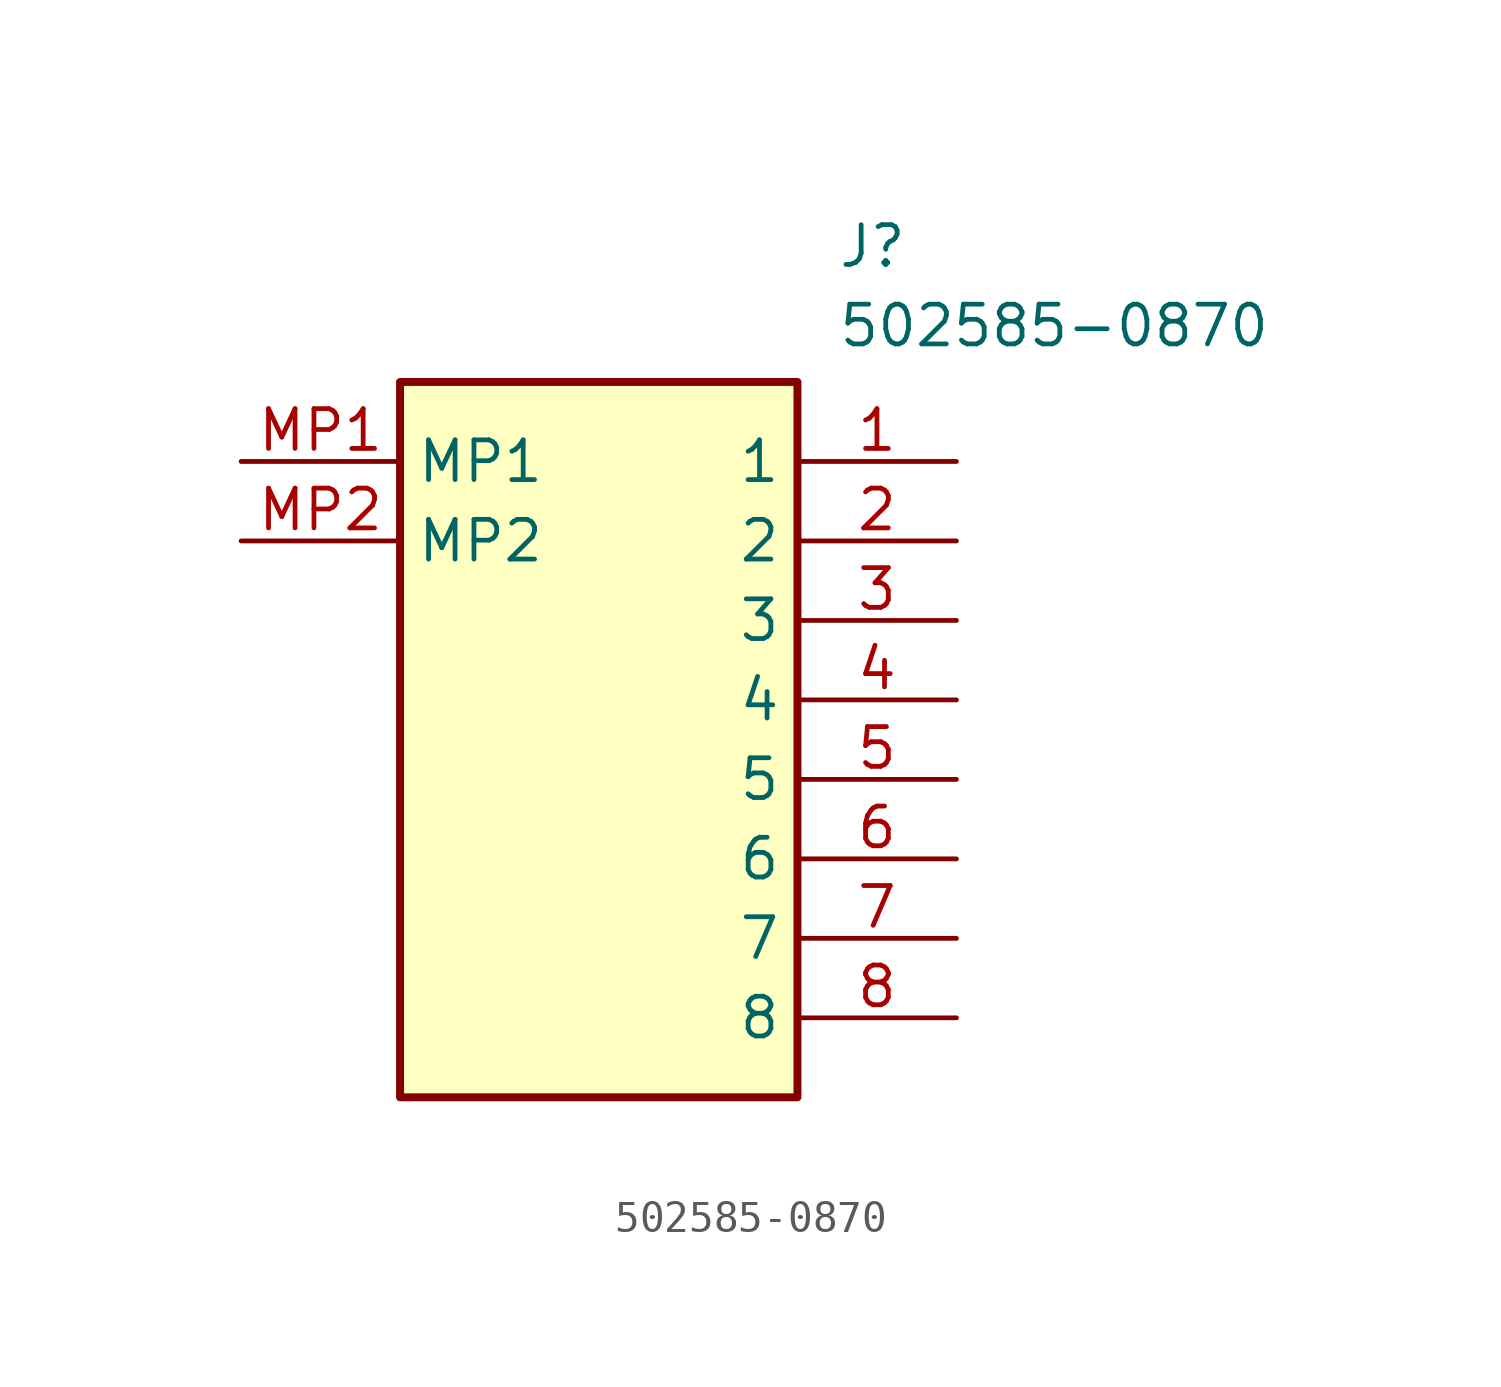
<source format=kicad_sym>
(kicad_symbol_lib
  (version 20211014)
  (generator SamacSys_ECAD_Model)
  (symbol "502585-0870"
    (property "Reference" "J"
      (at 19.05 7.62 0)
      (effects (font (size 1.27 1.27)) (justify left top)))
    (property "Value" "502585-0870"
      (at 19.05 5.08 0)
      (effects (font (size 1.27 1.27)) (justify left top)))
    (rectangle
      (start 5.08 2.54)
      (end 17.78 -20.32)
      (stroke (width 0.254) (type default))
      (fill (type background)))
    (pin passive line
      (at 22.86 0 180)
      (length 5.08)
      (name "1" (effects (font (size 1.27 1.27))))
      (number "1" (effects (font (size 1.27 1.27)))))
    (pin passive line
      (at 22.86 -2.54 180)
      (length 5.08)
      (name "2" (effects (font (size 1.27 1.27))))
      (number "2" (effects (font (size 1.27 1.27)))))
    (pin passive line
      (at 22.86 -5.08 180)
      (length 5.08)
      (name "3" (effects (font (size 1.27 1.27))))
      (number "3" (effects (font (size 1.27 1.27)))))
    (pin passive line
      (at 22.86 -7.62 180)
      (length 5.08)
      (name "4" (effects (font (size 1.27 1.27))))
      (number "4" (effects (font (size 1.27 1.27)))))
    (pin passive line
      (at 22.86 -10.16 180)
      (length 5.08)
      (name "5" (effects (font (size 1.27 1.27))))
      (number "5" (effects (font (size 1.27 1.27)))))
    (pin passive line
      (at 22.86 -12.7 180)
      (length 5.08)
      (name "6" (effects (font (size 1.27 1.27))))
      (number "6" (effects (font (size 1.27 1.27)))))
    (pin passive line
      (at 22.86 -15.24 180)
      (length 5.08)
      (name "7" (effects (font (size 1.27 1.27))))
      (number "7" (effects (font (size 1.27 1.27)))))
    (pin passive line
      (at 22.86 -17.78 180)
      (length 5.08)
      (name "8" (effects (font (size 1.27 1.27))))
      (number "8" (effects (font (size 1.27 1.27)))))
    (pin passive line
      (at 0 0 0)
      (length 5.08)
      (name "MP1" (effects (font (size 1.27 1.27))))
      (number "MP1" (effects (font (size 1.27 1.27)))))
    (pin passive line
      (at 0 -2.54 0)
      (length 5.08)
      (name "MP2" (effects (font (size 1.27 1.27))))
      (number "MP2" (effects (font (size 1.27 1.27)))))))
</source>
